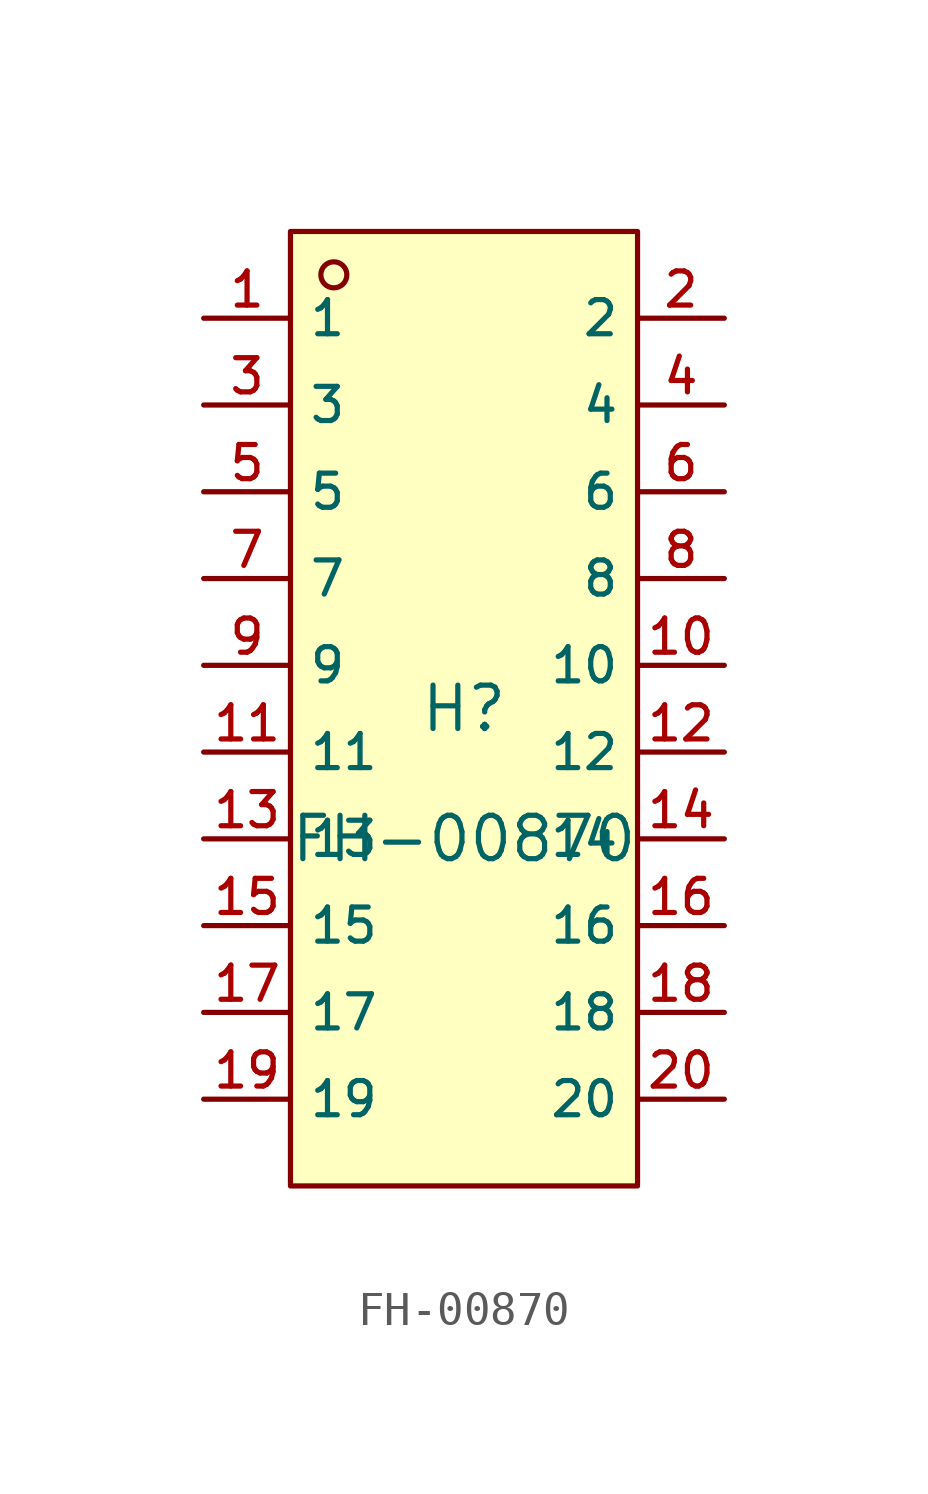
<source format=kicad_sym>
(kicad_symbol_lib
  (version 20210201)
  (generator TousstNicolas/JLC2KiCad_lib)
  (symbol "FH-00870"
    (property "Reference" "H"
      (at 0 1.27 0)
      (effects (font (size 1.27 1.27))))
    (property "Value" "FH-00870"
      (at 0 -2.54 0)
      (effects (font (size 1.27 1.27))))
    (symbol "FH-00870_0_1"
      (pin unspecified line (at 7.62 12.7 180) (length 2.54) (name "2" (effects (font (size 1 1)))) (number "2" (effects (font (size 1 1)))))
      (pin unspecified line (at -7.62 -10.16 0) (length 2.54) (name "19" (effects (font (size 1 1)))) (number "19" (effects (font (size 1 1)))))
      (pin unspecified line (at 7.62 10.16 180) (length 2.54) (name "4" (effects (font (size 1 1)))) (number "4" (effects (font (size 1 1)))))
      (pin unspecified line (at -7.62 -7.62 0) (length 2.54) (name "17" (effects (font (size 1 1)))) (number "17" (effects (font (size 1 1)))))
      (pin unspecified line (at 7.62 7.62 180) (length 2.54) (name "6" (effects (font (size 1 1)))) (number "6" (effects (font (size 1 1)))))
      (pin unspecified line (at -7.62 -5.08 0) (length 2.54) (name "15" (effects (font (size 1 1)))) (number "15" (effects (font (size 1 1)))))
      (pin unspecified line (at 7.62 5.08 180) (length 2.54) (name "8" (effects (font (size 1 1)))) (number "8" (effects (font (size 1 1)))))
      (pin unspecified line (at -7.62 -2.54 0) (length 2.54) (name "13" (effects (font (size 1 1)))) (number "13" (effects (font (size 1 1)))))
      (pin unspecified line (at 7.62 2.54 180) (length 2.54) (name "10" (effects (font (size 1 1)))) (number "10" (effects (font (size 1 1)))))
      (pin unspecified line (at -7.62 -0.0 0) (length 2.54) (name "11" (effects (font (size 1 1)))) (number "11" (effects (font (size 1 1)))))
      (pin unspecified line (at 7.62 -0.0 180) (length 2.54) (name "12" (effects (font (size 1 1)))) (number "12" (effects (font (size 1 1)))))
      (pin unspecified line (at -7.62 2.54 0) (length 2.54) (name "9" (effects (font (size 1 1)))) (number "9" (effects (font (size 1 1)))))
      (pin unspecified line (at 7.62 -2.54 180) (length 2.54) (name "14" (effects (font (size 1 1)))) (number "14" (effects (font (size 1 1)))))
      (pin unspecified line (at -7.62 5.08 0) (length 2.54) (name "7" (effects (font (size 1 1)))) (number "7" (effects (font (size 1 1)))))
      (pin unspecified line (at 7.62 -5.08 180) (length 2.54) (name "16" (effects (font (size 1 1)))) (number "16" (effects (font (size 1 1)))))
      (pin unspecified line (at -7.62 7.62 0) (length 2.54) (name "5" (effects (font (size 1 1)))) (number "5" (effects (font (size 1 1)))))
      (pin unspecified line (at 7.62 -7.62 180) (length 2.54) (name "18" (effects (font (size 1 1)))) (number "18" (effects (font (size 1 1)))))
      (pin unspecified line (at -7.62 10.16 0) (length 2.54) (name "3" (effects (font (size 1 1)))) (number "3" (effects (font (size 1 1)))))
      (pin unspecified line (at 7.62 -10.16 180) (length 2.54) (name "20" (effects (font (size 1 1)))) (number "20" (effects (font (size 1 1)))))
      (pin unspecified line (at -7.62 12.7 0) (length 2.54) (name "1" (effects (font (size 1 1)))) (number "1" (effects (font (size 1 1)))))
      (circle (center -3.81 13.97) (radius 0.381) (stroke (width 0) (type default) (color 0 0 0 0)) (fill (type background)))
      (rectangle (start -5.08 15.24) (end 5.08 -12.7) (stroke (width 0) (type default) (color 0 0 0 0)) (fill (type background))))))
</source>
